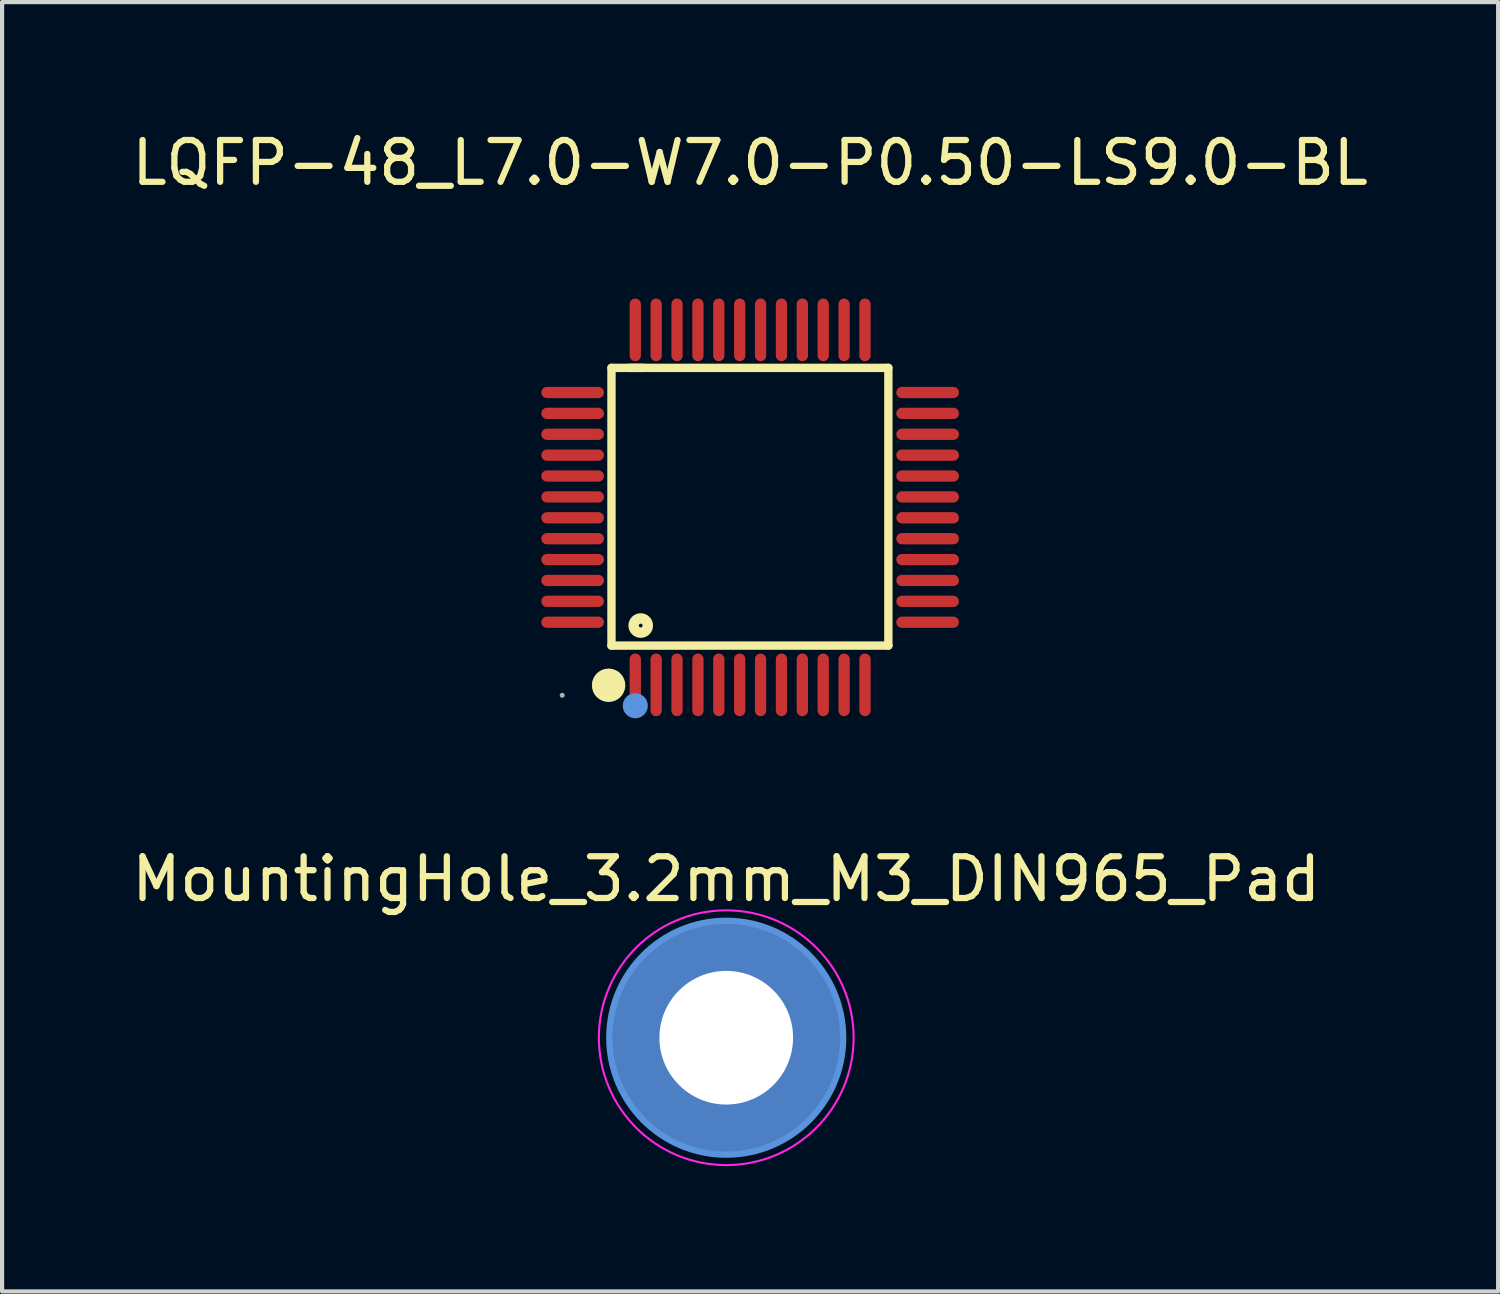
<source format=kicad_pcb>
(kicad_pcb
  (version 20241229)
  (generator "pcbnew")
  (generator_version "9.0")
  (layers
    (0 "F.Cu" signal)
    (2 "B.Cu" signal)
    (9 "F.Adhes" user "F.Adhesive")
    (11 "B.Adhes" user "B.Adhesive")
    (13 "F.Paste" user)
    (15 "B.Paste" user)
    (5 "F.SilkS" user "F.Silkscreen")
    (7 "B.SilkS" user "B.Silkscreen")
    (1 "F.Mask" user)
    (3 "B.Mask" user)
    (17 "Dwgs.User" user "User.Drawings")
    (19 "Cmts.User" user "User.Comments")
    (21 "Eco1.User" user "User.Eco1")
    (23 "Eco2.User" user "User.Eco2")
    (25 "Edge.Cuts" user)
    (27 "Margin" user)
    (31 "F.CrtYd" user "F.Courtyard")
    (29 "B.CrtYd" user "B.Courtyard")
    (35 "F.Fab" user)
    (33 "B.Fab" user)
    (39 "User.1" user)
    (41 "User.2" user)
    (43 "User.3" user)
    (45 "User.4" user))
  (footprint "MountingHole_3.2mm_M3_DIN965_Pad"
    (layer "F.Cu")
    (at 14.339 21.797)
    (property "Reference" "MountingHole_3.2mm_M3_DIN965_Pad" (at 0 -3.8 0) (layer "F.SilkS") (effects (font (size 1 1) (thickness 0.15))))
    (attr exclude_from_pos_files exclude_from_bom)
    (fp_circle (center 0 0) (end 2.8 0) (stroke (width 0.15) (type solid)) (fill no) (layer "Cmts.User"))
    (fp_circle (center 0 0) (end 3.05 0) (stroke (width 0.05) (type solid)) (fill no) (layer "F.CrtYd"))
    (pad "1" thru_hole circle (at 0 0) (size 5.6 5.6) (drill 3.2) (layers "*.Cu" "*.Mask")))
  (footprint "LQFP-48_L7.0-W7.0-P0.50-LS9.0-BL"
    (layer "F.Cu")
    (at 14.911 9.098)
    (property "Reference" "LQFP-48_L7.0-W7.0-P0.50-LS9.0-BL" (at 0 -8.25 0) (layer "F.SilkS") (effects (font (size 1 1) (thickness 0.15))))
    (attr smd)
    (fp_line (start -3.32 -3.34) (end -2.56 -3.34) (stroke (width 0.2) (type solid)) (layer "F.SilkS"))
    (fp_line (start -3.32 3.31) (end -3.32 -3.34) (stroke (width 0.2) (type solid)) (layer "F.SilkS"))
    (fp_line (start -2.89 -3.34) (end 3.31 -3.34) (stroke (width 0.2) (type solid)) (layer "F.SilkS"))
    (fp_line (start 3.31 -3.34) (end 3.31 3.31) (stroke (width 0.2) (type solid)) (layer "F.SilkS"))
    (fp_line (start 3.31 3.31) (end -3.32 3.31) (stroke (width 0.2) (type solid)) (layer "F.SilkS"))
    (fp_arc (start -3.38 4.06) (mid -3.394994 4.460188) (end -3.390027 4.05975) (stroke (width 0.4) (type solid)) (layer "F.SilkS"))
    (fp_circle (center -2.62 2.83) (end -2.45 2.83) (stroke (width 0.25) (type solid)) (fill no) (layer "F.SilkS"))
    (fp_circle (center -2.75 4.75) (end -2.6 4.75) (stroke (width 0.3) (type solid)) (fill no) (layer "Cmts.User"))
    (fp_circle (center -4.5 4.5) (end -4.47 4.5) (stroke (width 0.06) (type solid)) (fill no) (layer "F.Fab"))
    (pad "1" smd oval (at -2.75 4.25) (size 0.27 1.5) (layers "F.Cu" "F.Mask" "F.Paste"))
    (pad "2" smd oval (at -2.25 4.25) (size 0.27 1.5) (layers "F.Cu" "F.Mask" "F.Paste"))
    (pad "3" smd oval (at -1.75 4.25) (size 0.27 1.5) (layers "F.Cu" "F.Mask" "F.Paste"))
    (pad "4" smd oval (at -1.25 4.25) (size 0.27 1.5) (layers "F.Cu" "F.Mask" "F.Paste"))
    (pad "5" smd oval (at -0.75 4.25) (size 0.27 1.5) (layers "F.Cu" "F.Mask" "F.Paste"))
    (pad "6" smd oval (at -0.25 4.25) (size 0.27 1.5) (layers "F.Cu" "F.Mask" "F.Paste"))
    (pad "7" smd oval (at 0.25 4.25) (size 0.27 1.5) (layers "F.Cu" "F.Mask" "F.Paste"))
    (pad "8" smd oval (at 0.75 4.25) (size 0.27 1.5) (layers "F.Cu" "F.Mask" "F.Paste"))
    (pad "9" smd oval (at 1.25 4.25) (size 0.27 1.5) (layers "F.Cu" "F.Mask" "F.Paste"))
    (pad "10" smd oval (at 1.75 4.25) (size 0.27 1.5) (layers "F.Cu" "F.Mask" "F.Paste"))
    (pad "11" smd oval (at 2.25 4.25) (size 0.27 1.5) (layers "F.Cu" "F.Mask" "F.Paste"))
    (pad "12" smd oval (at 2.75 4.25) (size 0.27 1.5) (layers "F.Cu" "F.Mask" "F.Paste"))
    (pad "13" smd oval (at 4.25 2.75) (size 1.5 0.27) (layers "F.Cu" "F.Mask" "F.Paste"))
    (pad "14" smd oval (at 4.25 2.25) (size 1.5 0.27) (layers "F.Cu" "F.Mask" "F.Paste"))
    (pad "15" smd oval (at 4.25 1.75) (size 1.5 0.27) (layers "F.Cu" "F.Mask" "F.Paste"))
    (pad "16" smd oval (at 4.25 1.25) (size 1.5 0.27) (layers "F.Cu" "F.Mask" "F.Paste"))
    (pad "17" smd oval (at 4.25 0.75) (size 1.5 0.27) (layers "F.Cu" "F.Mask" "F.Paste"))
    (pad "18" smd oval (at 4.25 0.25) (size 1.5 0.27) (layers "F.Cu" "F.Mask" "F.Paste"))
    (pad "19" smd oval (at 4.25 -0.25) (size 1.5 0.27) (layers "F.Cu" "F.Mask" "F.Paste"))
    (pad "20" smd oval (at 4.25 -0.75) (size 1.5 0.27) (layers "F.Cu" "F.Mask" "F.Paste"))
    (pad "21" smd oval (at 4.25 -1.25) (size 1.5 0.27) (layers "F.Cu" "F.Mask" "F.Paste"))
    (pad "22" smd oval (at 4.25 -1.75) (size 1.5 0.27) (layers "F.Cu" "F.Mask" "F.Paste"))
    (pad "23" smd oval (at 4.25 -2.25) (size 1.5 0.27) (layers "F.Cu" "F.Mask" "F.Paste"))
    (pad "24" smd oval (at 4.25 -2.75) (size 1.5 0.27) (layers "F.Cu" "F.Mask" "F.Paste"))
    (pad "25" smd oval (at 2.75 -4.25) (size 0.27 1.5) (layers "F.Cu" "F.Mask" "F.Paste"))
    (pad "26" smd oval (at 2.25 -4.25) (size 0.27 1.5) (layers "F.Cu" "F.Mask" "F.Paste"))
    (pad "27" smd oval (at 1.75 -4.25) (size 0.27 1.5) (layers "F.Cu" "F.Mask" "F.Paste"))
    (pad "28" smd oval (at 1.25 -4.25) (size 0.27 1.5) (layers "F.Cu" "F.Mask" "F.Paste"))
    (pad "29" smd oval (at 0.75 -4.25) (size 0.27 1.5) (layers "F.Cu" "F.Mask" "F.Paste"))
    (pad "30" smd oval (at 0.25 -4.25) (size 0.27 1.5) (layers "F.Cu" "F.Mask" "F.Paste"))
    (pad "31" smd oval (at -0.25 -4.25) (size 0.27 1.5) (layers "F.Cu" "F.Mask" "F.Paste"))
    (pad "32" smd oval (at -0.75 -4.25) (size 0.27 1.5) (layers "F.Cu" "F.Mask" "F.Paste"))
    (pad "33" smd oval (at -1.25 -4.25) (size 0.27 1.5) (layers "F.Cu" "F.Mask" "F.Paste"))
    (pad "34" smd oval (at -1.75 -4.25) (size 0.27 1.5) (layers "F.Cu" "F.Mask" "F.Paste"))
    (pad "35" smd oval (at -2.25 -4.25) (size 0.27 1.5) (layers "F.Cu" "F.Mask" "F.Paste"))
    (pad "36" smd oval (at -2.75 -4.25) (size 0.27 1.5) (layers "F.Cu" "F.Mask" "F.Paste"))
    (pad "37" smd oval (at -4.25 -2.75) (size 1.5 0.27) (layers "F.Cu" "F.Mask" "F.Paste"))
    (pad "38" smd oval (at -4.25 -2.25) (size 1.5 0.27) (layers "F.Cu" "F.Mask" "F.Paste"))
    (pad "39" smd oval (at -4.25 -1.75) (size 1.5 0.27) (layers "F.Cu" "F.Mask" "F.Paste"))
    (pad "40" smd oval (at -4.25 -1.25) (size 1.5 0.27) (layers "F.Cu" "F.Mask" "F.Paste"))
    (pad "41" smd oval (at -4.25 -0.75) (size 1.5 0.27) (layers "F.Cu" "F.Mask" "F.Paste"))
    (pad "42" smd oval (at -4.25 -0.25) (size 1.5 0.27) (layers "F.Cu" "F.Mask" "F.Paste"))
    (pad "43" smd oval (at -4.25 0.25) (size 1.5 0.27) (layers "F.Cu" "F.Mask" "F.Paste"))
    (pad "44" smd oval (at -4.25 0.75) (size 1.5 0.27) (layers "F.Cu" "F.Mask" "F.Paste"))
    (pad "45" smd oval (at -4.25 1.25) (size 1.5 0.27) (layers "F.Cu" "F.Mask" "F.Paste"))
    (pad "46" smd oval (at -4.25 1.75) (size 1.5 0.27) (layers "F.Cu" "F.Mask" "F.Paste"))
    (pad "47" smd oval (at -4.25 2.25) (size 1.5 0.27) (layers "F.Cu" "F.Mask" "F.Paste"))
    (pad "48" smd oval (at -4.25 2.75) (size 1.5 0.27) (layers "F.Cu" "F.Mask" "F.Paste")))
  (gr_rect
    (start -3 -3)
    (end 32.821 27.872)
    (stroke (width 0.1) (type default))
    (fill no)
    (layer "Edge.Cuts")))
</source>
